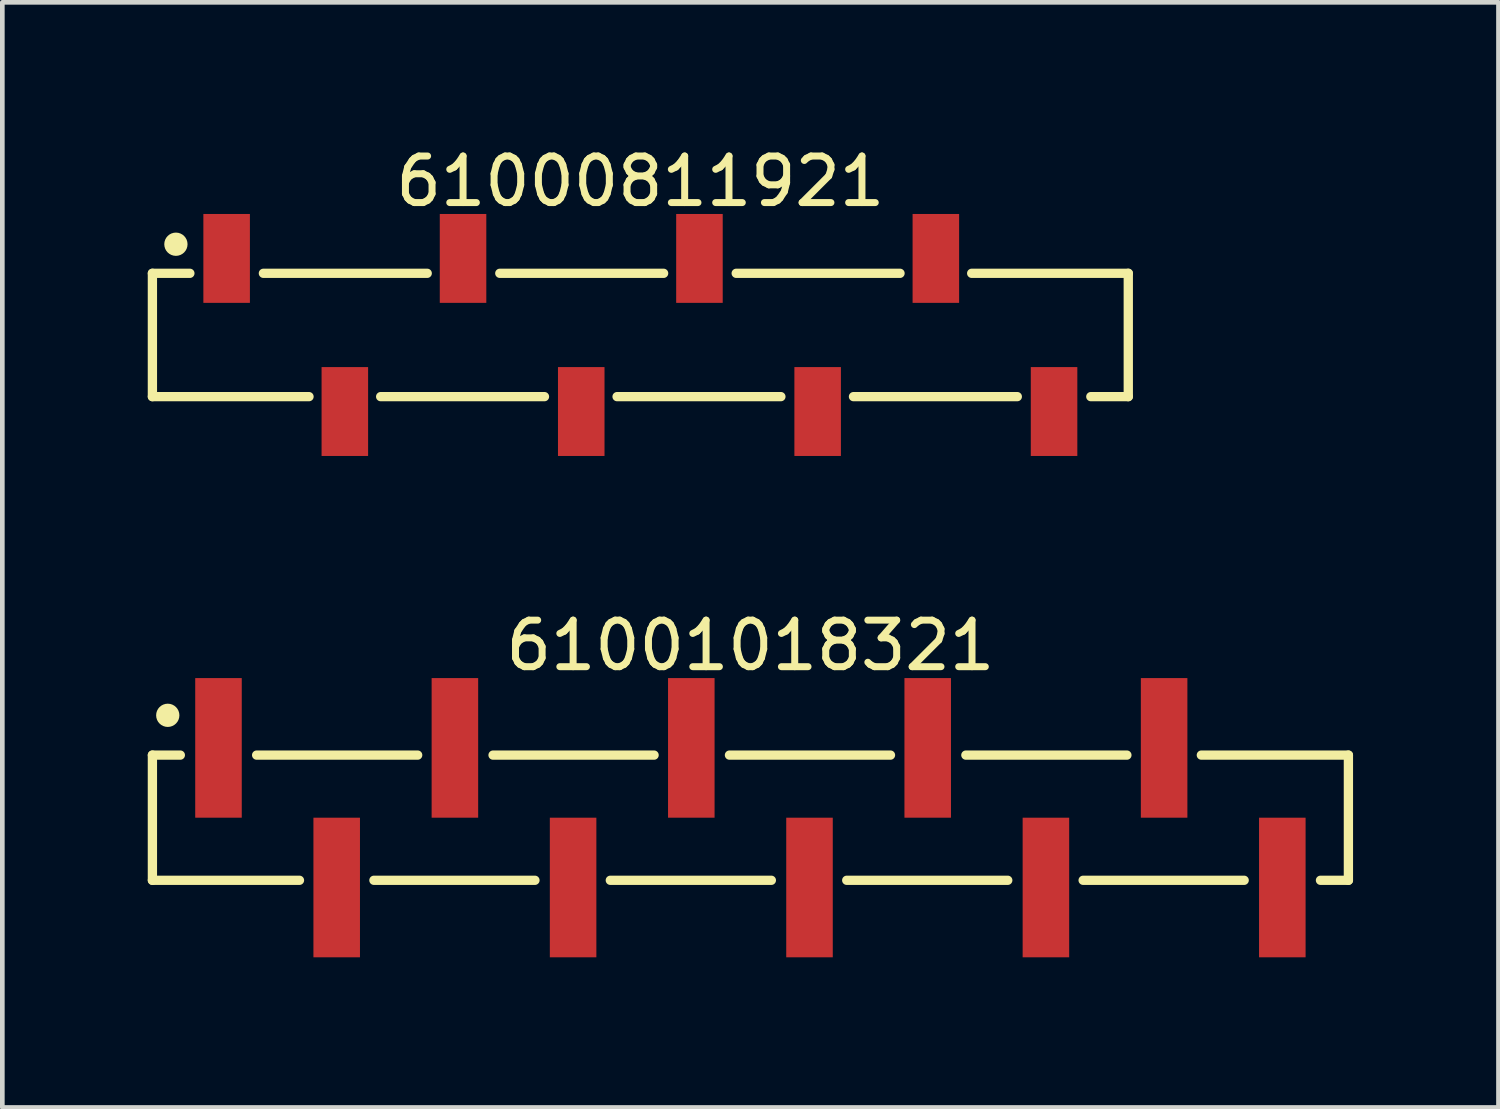
<source format=kicad_pcb>
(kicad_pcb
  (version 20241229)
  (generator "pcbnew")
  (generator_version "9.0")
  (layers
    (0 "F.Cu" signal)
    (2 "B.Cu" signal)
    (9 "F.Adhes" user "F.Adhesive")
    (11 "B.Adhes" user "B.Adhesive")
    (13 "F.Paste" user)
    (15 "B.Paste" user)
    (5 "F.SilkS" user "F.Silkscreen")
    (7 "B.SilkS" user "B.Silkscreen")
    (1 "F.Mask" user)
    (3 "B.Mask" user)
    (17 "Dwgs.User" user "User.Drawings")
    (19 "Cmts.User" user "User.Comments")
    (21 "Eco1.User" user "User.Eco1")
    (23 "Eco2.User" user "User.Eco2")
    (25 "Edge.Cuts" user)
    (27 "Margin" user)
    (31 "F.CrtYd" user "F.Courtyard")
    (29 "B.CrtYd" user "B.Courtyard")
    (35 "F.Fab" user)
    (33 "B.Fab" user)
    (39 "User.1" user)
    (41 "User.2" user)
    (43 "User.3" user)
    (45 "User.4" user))
  (footprint "61000811921"
    (layer "F.Cu")
    (at 10.71 4.148)
    (property "Reference" "61000811921" (at 0 -3.3 0) (layer "F.SilkS") (effects (font (size 1 1) (thickness 0.15))))
    (fp_line (start -10.485 -1.325) (end -9.68 -1.325) (stroke (width 0.2) (type solid)) (layer "F.SilkS"))
    (fp_line (start -10.485 1.325) (end -10.485 -1.325) (stroke (width 0.2) (type solid)) (layer "F.SilkS"))
    (fp_line (start -10.485 1.325) (end -7.12 1.325) (stroke (width 0.2) (type solid)) (layer "F.SilkS"))
    (fp_line (start -8.1 -1.325) (end -4.58 -1.325) (stroke (width 0.2) (type solid)) (layer "F.SilkS"))
    (fp_line (start -5.58 1.325) (end -2.06 1.325) (stroke (width 0.2) (type solid)) (layer "F.SilkS"))
    (fp_line (start -3.02 -1.325) (end 0.5 -1.325) (stroke (width 0.2) (type solid)) (layer "F.SilkS"))
    (fp_line (start -0.5 1.325) (end 3.02 1.325) (stroke (width 0.2) (type solid)) (layer "F.SilkS"))
    (fp_line (start 2.06 -1.325) (end 5.58 -1.325) (stroke (width 0.2) (type solid)) (layer "F.SilkS"))
    (fp_line (start 4.58 1.325) (end 8.1 1.325) (stroke (width 0.2) (type solid)) (layer "F.SilkS"))
    (fp_line (start 7.12 -1.325) (end 10.485 -1.325) (stroke (width 0.2) (type solid)) (layer "F.SilkS"))
    (fp_line (start 9.68 1.325) (end 10.485 1.325) (stroke (width 0.2) (type solid)) (layer "F.SilkS"))
    (fp_line (start 10.485 1.325) (end 10.485 -1.325) (stroke (width 0.2) (type solid)) (layer "F.SilkS"))
    (fp_circle (center -9.98 -1.95) (end -9.98 -2.075) (stroke (width 0.25) (type solid)) (fill no) (layer "F.SilkS"))
    (fp_line (start -10.685 -2.8) (end 10.685 -2.8) (stroke (width 0.05) (type solid)) (layer "Eco2.User"))
    (fp_line (start -10.685 2.8) (end -10.685 -2.8) (stroke (width 0.05) (type solid)) (layer "Eco2.User"))
    (fp_line (start -10.685 2.8) (end 10.685 2.8) (stroke (width 0.05) (type solid)) (layer "Eco2.User"))
    (fp_line (start -10.41 -1.25) (end 10.41 -1.25) (stroke (width 0.1) (type solid)) (layer "Eco2.User"))
    (fp_line (start -10.41 1.25) (end -10.41 -1.25) (stroke (width 0.1) (type solid)) (layer "Eco2.User"))
    (fp_line (start -10.41 1.25) (end 10.41 1.25) (stroke (width 0.1) (type solid)) (layer "Eco2.User"))
    (fp_line (start -9.14 -2.025) (end -8.64 -2.025) (stroke (width 0.1) (type solid)) (layer "Eco2.User"))
    (fp_line (start -9.14 -1.25) (end -9.14 -2.025) (stroke (width 0.1) (type solid)) (layer "Eco2.User"))
    (fp_line (start -8.64 -1.25) (end -8.64 -2.025) (stroke (width 0.1) (type solid)) (layer "Eco2.User"))
    (fp_line (start -6.6 2.025) (end -6.6 1.25) (stroke (width 0.1) (type solid)) (layer "Eco2.User"))
    (fp_line (start -6.6 2.025) (end -6.1 2.025) (stroke (width 0.1) (type solid)) (layer "Eco2.User"))
    (fp_line (start -6.1 2.025) (end -6.1 1.25) (stroke (width 0.1) (type solid)) (layer "Eco2.User"))
    (fp_line (start -4.06 -2.025) (end -3.56 -2.025) (stroke (width 0.1) (type solid)) (layer "Eco2.User"))
    (fp_line (start -4.06 -1.25) (end -4.06 -2.025) (stroke (width 0.1) (type solid)) (layer "Eco2.User"))
    (fp_line (start -3.56 -1.25) (end -3.56 -2.025) (stroke (width 0.1) (type solid)) (layer "Eco2.User"))
    (fp_line (start -1.52 2.025) (end -1.52 1.25) (stroke (width 0.1) (type solid)) (layer "Eco2.User"))
    (fp_line (start -1.52 2.025) (end -1.02 2.025) (stroke (width 0.1) (type solid)) (layer "Eco2.User"))
    (fp_line (start -1.02 2.025) (end -1.02 1.25) (stroke (width 0.1) (type solid)) (layer "Eco2.User"))
    (fp_line (start -0.5 0) (end 0.5 0) (stroke (width 0.05) (type solid)) (layer "Eco2.User"))
    (fp_line (start 0 0.5) (end 0 -0.5) (stroke (width 0.05) (type solid)) (layer "Eco2.User"))
    (fp_line (start 1.02 -2.025) (end 1.52 -2.025) (stroke (width 0.1) (type solid)) (layer "Eco2.User"))
    (fp_line (start 1.02 -1.25) (end 1.02 -2.025) (stroke (width 0.1) (type solid)) (layer "Eco2.User"))
    (fp_line (start 1.52 -1.25) (end 1.52 -2.025) (stroke (width 0.1) (type solid)) (layer "Eco2.User"))
    (fp_line (start 3.56 2.025) (end 3.56 1.25) (stroke (width 0.1) (type solid)) (layer "Eco2.User"))
    (fp_line (start 3.56 2.025) (end 4.06 2.025) (stroke (width 0.1) (type solid)) (layer "Eco2.User"))
    (fp_line (start 4.06 2.025) (end 4.06 1.25) (stroke (width 0.1) (type solid)) (layer "Eco2.User"))
    (fp_line (start 6.1 -2.025) (end 6.6 -2.025) (stroke (width 0.1) (type solid)) (layer "Eco2.User"))
    (fp_line (start 6.1 -1.25) (end 6.1 -2.025) (stroke (width 0.1) (type solid)) (layer "Eco2.User"))
    (fp_line (start 6.6 -1.25) (end 6.6 -2.025) (stroke (width 0.1) (type solid)) (layer "Eco2.User"))
    (fp_line (start 8.64 2.025) (end 8.64 1.25) (stroke (width 0.1) (type solid)) (layer "Eco2.User"))
    (fp_line (start 8.64 2.025) (end 9.14 2.025) (stroke (width 0.1) (type solid)) (layer "Eco2.User"))
    (fp_line (start 9.14 2.025) (end 9.14 1.25) (stroke (width 0.1) (type solid)) (layer "Eco2.User"))
    (fp_line (start 10.41 1.25) (end 10.41 -1.25) (stroke (width 0.1) (type solid)) (layer "Eco2.User"))
    (fp_line (start 10.685 2.8) (end 10.685 -2.8) (stroke (width 0.05) (type solid)) (layer "Eco2.User"))
    (fp_text user "${REFERENCE}" (at 0.15 -0.197 0) (unlocked yes) (layer "User.3") (effects (font (size 1.5 1.5) (thickness 0.15))))
    (pad "1" smd rect (at -8.89 -1.645) (size 1 1.91) (layers "F.Cu" "F.Mask" "F.Paste"))
    (pad "2" smd rect (at -6.35 1.645) (size 1 1.91) (layers "F.Cu" "F.Mask" "F.Paste"))
    (pad "3" smd rect (at -3.81 -1.645) (size 1 1.91) (layers "F.Cu" "F.Mask" "F.Paste"))
    (pad "4" smd rect (at -1.27 1.645) (size 1 1.91) (layers "F.Cu" "F.Mask" "F.Paste"))
    (pad "5" smd rect (at 1.27 -1.645) (size 1 1.91) (layers "F.Cu" "F.Mask" "F.Paste"))
    (pad "6" smd rect (at 3.81 1.645) (size 1 1.91) (layers "F.Cu" "F.Mask" "F.Paste"))
    (pad "7" smd rect (at 6.35 -1.645) (size 1 1.91) (layers "F.Cu" "F.Mask" "F.Paste"))
    (pad "8" smd rect (at 8.89 1.645) (size 1 1.91) (layers "F.Cu" "F.Mask" "F.Paste")))
  (footprint "61001018321"
    (layer "F.Cu")
    (at 13.075 14.521)
    (property "Reference" "61001018321" (at 0 -3.7 0) (layer "F.SilkS") (effects (font (size 1 1) (thickness 0.15))))
    (fp_line (start -12.85 -1.345) (end -12.25 -1.345) (stroke (width 0.2) (type solid)) (layer "F.SilkS"))
    (fp_line (start -12.85 1.345) (end -12.85 -1.345) (stroke (width 0.2) (type solid)) (layer "F.SilkS"))
    (fp_line (start -12.85 1.345) (end -9.69 1.345) (stroke (width 0.2) (type solid)) (layer "F.SilkS"))
    (fp_line (start -10.61 -1.345) (end -7.15 -1.345) (stroke (width 0.2) (type solid)) (layer "F.SilkS"))
    (fp_line (start -8.09 1.345) (end -4.63 1.345) (stroke (width 0.2) (type solid)) (layer "F.SilkS"))
    (fp_line (start -5.53 -1.345) (end -2.07 -1.345) (stroke (width 0.2) (type solid)) (layer "F.SilkS"))
    (fp_line (start -3.01 1.345) (end 0.45 1.345) (stroke (width 0.2) (type solid)) (layer "F.SilkS"))
    (fp_line (start -0.45 -1.345) (end 3.01 -1.345) (stroke (width 0.2) (type solid)) (layer "F.SilkS"))
    (fp_line (start 2.07 1.345) (end 5.53 1.345) (stroke (width 0.2) (type solid)) (layer "F.SilkS"))
    (fp_line (start 4.63 -1.345) (end 8.09 -1.345) (stroke (width 0.2) (type solid)) (layer "F.SilkS"))
    (fp_line (start 7.15 1.345) (end 10.61 1.345) (stroke (width 0.2) (type solid)) (layer "F.SilkS"))
    (fp_line (start 9.69 -1.345) (end 12.85 -1.345) (stroke (width 0.2) (type solid)) (layer "F.SilkS"))
    (fp_line (start 12.25 1.345) (end 12.85 1.345) (stroke (width 0.2) (type solid)) (layer "F.SilkS"))
    (fp_line (start 12.85 1.345) (end 12.85 -1.345) (stroke (width 0.2) (type solid)) (layer "F.SilkS"))
    (fp_circle (center -12.52 -2.2) (end -12.52 -2.325) (stroke (width 0.25) (type solid)) (fill no) (layer "F.SilkS"))
    (fp_line (start -13.05 -3.2) (end 13.05 -3.2) (stroke (width 0.05) (type solid)) (layer "Eco2.User"))
    (fp_line (start -13.05 3.2) (end -13.05 -3.2) (stroke (width 0.05) (type solid)) (layer "Eco2.User"))
    (fp_line (start -13.05 3.2) (end 13.05 3.2) (stroke (width 0.05) (type solid)) (layer "Eco2.User"))
    (fp_line (start -12.7 -1.27) (end 12.7 -1.27) (stroke (width 0.1) (type solid)) (layer "Eco2.User"))
    (fp_line (start -12.7 1.27) (end -12.7 -1.27) (stroke (width 0.1) (type solid)) (layer "Eco2.User"))
    (fp_line (start -12.7 1.27) (end 12.7 1.27) (stroke (width 0.1) (type solid)) (layer "Eco2.User"))
    (fp_line (start -11.75 -2.5) (end -11.11 -2.5) (stroke (width 0.1) (type solid)) (layer "Eco2.User"))
    (fp_line (start -11.75 -1.27) (end -11.75 -2.5) (stroke (width 0.1) (type solid)) (layer "Eco2.User"))
    (fp_line (start -11.11 -1.27) (end -11.11 -2.5) (stroke (width 0.1) (type solid)) (layer "Eco2.User"))
    (fp_line (start -9.21 2.5) (end -9.21 1.27) (stroke (width 0.1) (type solid)) (layer "Eco2.User"))
    (fp_line (start -9.21 2.5) (end -8.57 2.5) (stroke (width 0.1) (type solid)) (layer "Eco2.User"))
    (fp_line (start -8.57 2.5) (end -8.57 1.27) (stroke (width 0.1) (type solid)) (layer "Eco2.User"))
    (fp_line (start -6.67 -2.5) (end -6.03 -2.5) (stroke (width 0.1) (type solid)) (layer "Eco2.User"))
    (fp_line (start -6.67 -1.27) (end -6.67 -2.5) (stroke (width 0.1) (type solid)) (layer "Eco2.User"))
    (fp_line (start -6.03 -1.27) (end -6.03 -2.5) (stroke (width 0.1) (type solid)) (layer "Eco2.User"))
    (fp_line (start -4.13 2.5) (end -4.13 1.27) (stroke (width 0.1) (type solid)) (layer "Eco2.User"))
    (fp_line (start -4.13 2.5) (end -3.49 2.5) (stroke (width 0.1) (type solid)) (layer "Eco2.User"))
    (fp_line (start -3.49 2.5) (end -3.49 1.27) (stroke (width 0.1) (type solid)) (layer "Eco2.User"))
    (fp_line (start -1.59 -2.5) (end -0.95 -2.5) (stroke (width 0.1) (type solid)) (layer "Eco2.User"))
    (fp_line (start -1.59 -1.27) (end -1.59 -2.5) (stroke (width 0.1) (type solid)) (layer "Eco2.User"))
    (fp_line (start -0.95 -1.27) (end -0.95 -2.5) (stroke (width 0.1) (type solid)) (layer "Eco2.User"))
    (fp_line (start -0.5 0) (end 0.5 0) (stroke (width 0.05) (type solid)) (layer "Eco2.User"))
    (fp_line (start 0 0.5) (end 0 -0.5) (stroke (width 0.05) (type solid)) (layer "Eco2.User"))
    (fp_line (start 0.95 2.5) (end 0.95 1.27) (stroke (width 0.1) (type solid)) (layer "Eco2.User"))
    (fp_line (start 0.95 2.5) (end 1.59 2.5) (stroke (width 0.1) (type solid)) (layer "Eco2.User"))
    (fp_line (start 1.59 2.5) (end 1.59 1.27) (stroke (width 0.1) (type solid)) (layer "Eco2.User"))
    (fp_line (start 3.49 -2.5) (end 4.13 -2.5) (stroke (width 0.1) (type solid)) (layer "Eco2.User"))
    (fp_line (start 3.49 -1.27) (end 3.49 -2.5) (stroke (width 0.1) (type solid)) (layer "Eco2.User"))
    (fp_line (start 4.13 -1.27) (end 4.13 -2.5) (stroke (width 0.1) (type solid)) (layer "Eco2.User"))
    (fp_line (start 6.03 2.5) (end 6.03 1.27) (stroke (width 0.1) (type solid)) (layer "Eco2.User"))
    (fp_line (start 6.03 2.5) (end 6.67 2.5) (stroke (width 0.1) (type solid)) (layer "Eco2.User"))
    (fp_line (start 6.67 2.5) (end 6.67 1.27) (stroke (width 0.1) (type solid)) (layer "Eco2.User"))
    (fp_line (start 8.57 -2.5) (end 9.21 -2.5) (stroke (width 0.1) (type solid)) (layer "Eco2.User"))
    (fp_line (start 8.57 -1.27) (end 8.57 -2.5) (stroke (width 0.1) (type solid)) (layer "Eco2.User"))
    (fp_line (start 9.21 -1.27) (end 9.21 -2.5) (stroke (width 0.1) (type solid)) (layer "Eco2.User"))
    (fp_line (start 11.11 2.5) (end 11.11 1.27) (stroke (width 0.1) (type solid)) (layer "Eco2.User"))
    (fp_line (start 11.11 2.5) (end 11.75 2.5) (stroke (width 0.1) (type solid)) (layer "Eco2.User"))
    (fp_line (start 11.75 2.5) (end 11.75 1.27) (stroke (width 0.1) (type solid)) (layer "Eco2.User"))
    (fp_line (start 12.7 1.27) (end 12.7 -1.27) (stroke (width 0.1) (type solid)) (layer "Eco2.User"))
    (fp_line (start 13.05 3.2) (end 13.05 -3.2) (stroke (width 0.05) (type solid)) (layer "Eco2.User"))
    (fp_text user "${REFERENCE}" (at 0.15 -0.197 0) (unlocked yes) (layer "User.3") (effects (font (size 1.5 1.5) (thickness 0.15))))
    (pad "1" smd rect (at -11.43 -1.5) (size 1 3) (layers "F.Cu" "F.Mask" "F.Paste"))
    (pad "2" smd rect (at -8.89 1.5) (size 1 3) (layers "F.Cu" "F.Mask" "F.Paste"))
    (pad "3" smd rect (at -6.35 -1.5) (size 1 3) (layers "F.Cu" "F.Mask" "F.Paste"))
    (pad "4" smd rect (at -3.81 1.5) (size 1 3) (layers "F.Cu" "F.Mask" "F.Paste"))
    (pad "5" smd rect (at -1.27 -1.5) (size 1 3) (layers "F.Cu" "F.Mask" "F.Paste"))
    (pad "6" smd rect (at 1.27 1.5) (size 1 3) (layers "F.Cu" "F.Mask" "F.Paste"))
    (pad "7" smd rect (at 3.81 -1.5) (size 1 3) (layers "F.Cu" "F.Mask" "F.Paste"))
    (pad "8" smd rect (at 6.35 1.5) (size 1 3) (layers "F.Cu" "F.Mask" "F.Paste"))
    (pad "9" smd rect (at 8.89 -1.5) (size 1 3) (layers "F.Cu" "F.Mask" "F.Paste"))
    (pad "10" smd rect (at 11.43 1.5) (size 1 3) (layers "F.Cu" "F.Mask" "F.Paste")))
  (gr_rect
    (start -3 -3)
    (end 29.15 20.747)
    (stroke (width 0.1) (type default))
    (fill no)
    (layer "Edge.Cuts")))
</source>
